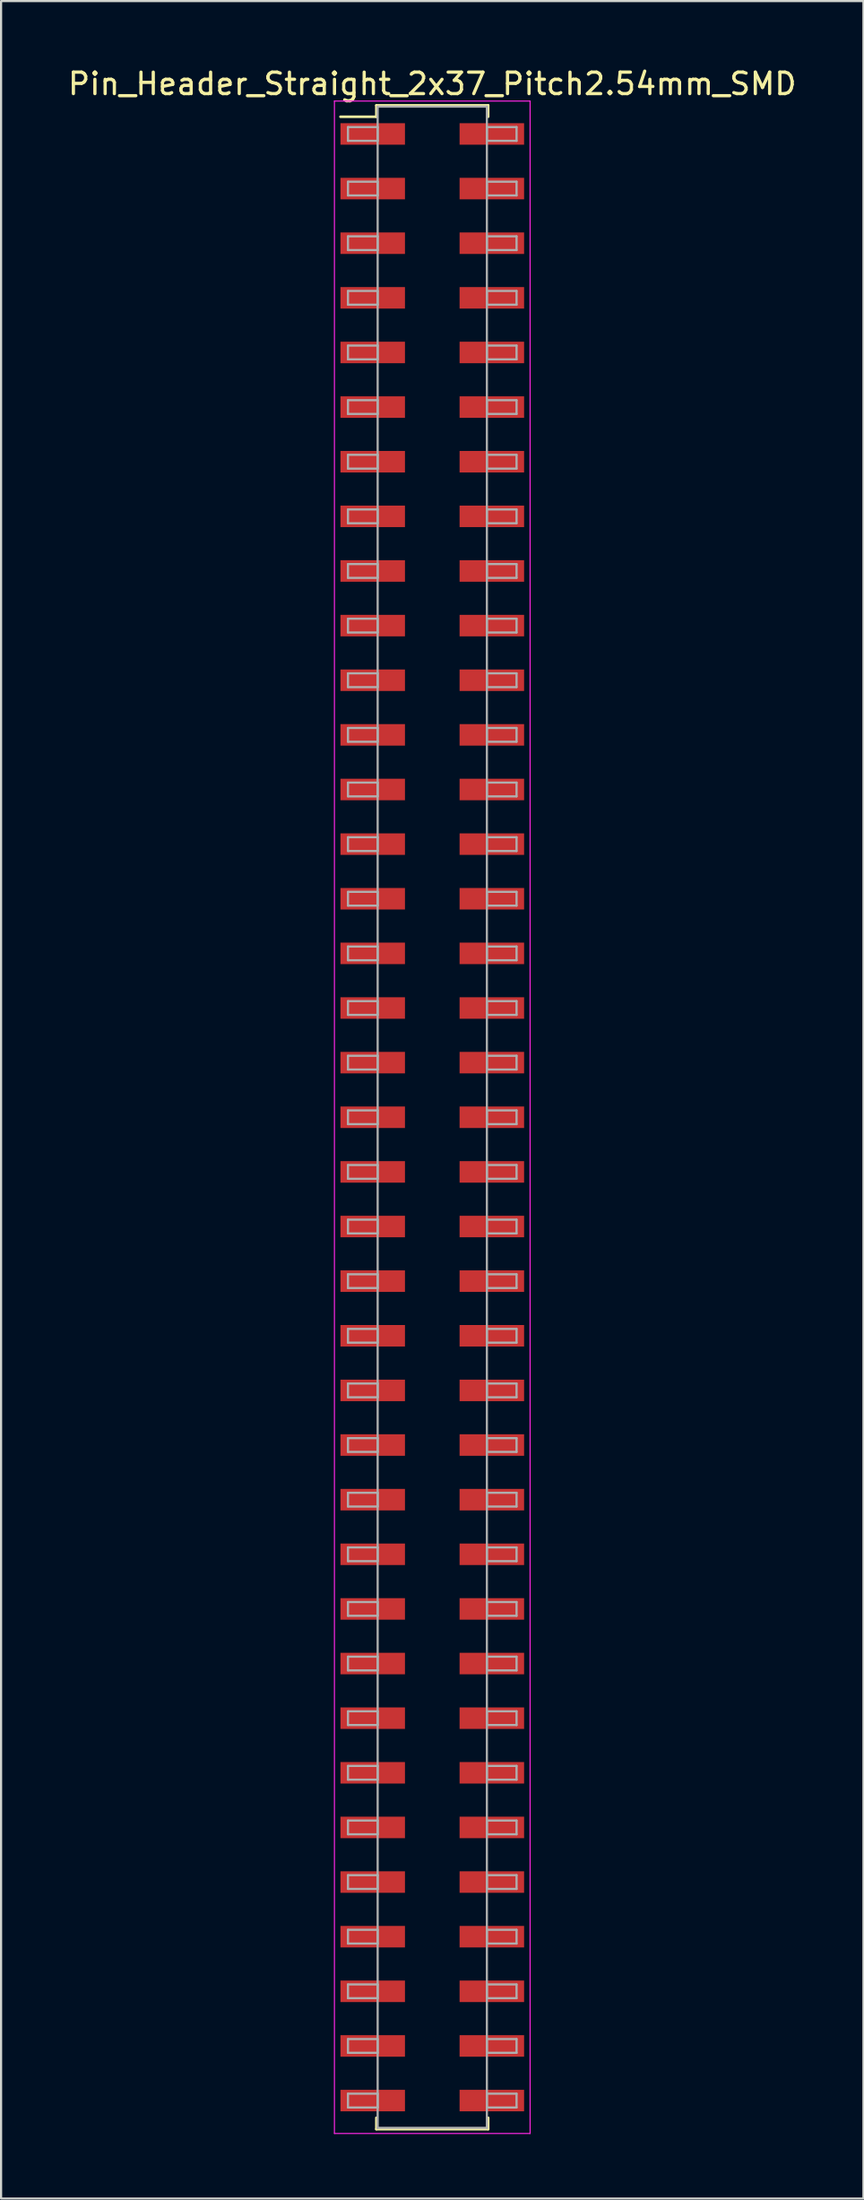
<source format=kicad_pcb>
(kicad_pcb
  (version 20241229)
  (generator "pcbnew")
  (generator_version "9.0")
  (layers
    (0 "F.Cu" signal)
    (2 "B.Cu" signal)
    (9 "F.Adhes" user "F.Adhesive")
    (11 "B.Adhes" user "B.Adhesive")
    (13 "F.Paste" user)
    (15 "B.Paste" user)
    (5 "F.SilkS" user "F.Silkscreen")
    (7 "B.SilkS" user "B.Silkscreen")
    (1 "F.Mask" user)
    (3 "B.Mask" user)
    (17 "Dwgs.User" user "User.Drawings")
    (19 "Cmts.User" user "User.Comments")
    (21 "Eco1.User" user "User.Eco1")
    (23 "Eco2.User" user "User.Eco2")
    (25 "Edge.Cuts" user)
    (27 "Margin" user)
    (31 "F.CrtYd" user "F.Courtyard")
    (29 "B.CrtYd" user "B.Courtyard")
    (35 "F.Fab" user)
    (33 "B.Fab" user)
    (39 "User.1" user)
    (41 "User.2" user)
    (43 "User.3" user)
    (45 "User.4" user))
  (footprint "Pin_Header_Straight_2x37_Pitch2.54mm_SMD"
    (layer "F.Cu")
    (at 17.054 48.898)
    (property "Reference" "Pin_Header_Straight_2x37_Pitch2.54mm_SMD" (at 0 -48.05 0) (layer "F.SilkS") (effects (font (size 1 1) (thickness 0.15))))
    (attr smd)
    (fp_line (start -4.27 -46.52) (end -2.6 -46.52) (stroke (width 0.12) (type solid)) (layer "F.SilkS"))
    (fp_line (start -2.6 -47.05) (end 2.6 -47.05) (stroke (width 0.12) (type solid)) (layer "F.SilkS"))
    (fp_line (start -2.6 -46.52) (end -2.6 -47.05) (stroke (width 0.12) (type solid)) (layer "F.SilkS"))
    (fp_line (start -2.6 46.52) (end -2.6 47.05) (stroke (width 0.12) (type solid)) (layer "F.SilkS"))
    (fp_line (start -2.6 47.05) (end 2.6 47.05) (stroke (width 0.12) (type solid)) (layer "F.SilkS"))
    (fp_line (start 2.6 -47.05) (end 2.6 -46.52) (stroke (width 0.12) (type solid)) (layer "F.SilkS"))
    (fp_line (start 2.6 47.05) (end 2.6 46.52) (stroke (width 0.12) (type solid)) (layer "F.SilkS"))
    (fp_line (start -4.55 -47.25) (end -4.55 47.25) (stroke (width 0.05) (type solid)) (layer "F.CrtYd"))
    (fp_line (start -4.55 47.25) (end 4.55 47.25) (stroke (width 0.05) (type solid)) (layer "F.CrtYd"))
    (fp_line (start 4.55 -47.25) (end -4.55 -47.25) (stroke (width 0.05) (type solid)) (layer "F.CrtYd"))
    (fp_line (start 4.55 47.25) (end 4.55 -47.25) (stroke (width 0.05) (type solid)) (layer "F.CrtYd"))
    (fp_line (start -3.92 -46.04) (end -2.54 -46.04) (stroke (width 0.1) (type solid)) (layer "F.Fab"))
    (fp_line (start -3.92 -45.4) (end -3.92 -46.04) (stroke (width 0.1) (type solid)) (layer "F.Fab"))
    (fp_line (start -3.92 -43.5) (end -2.54 -43.5) (stroke (width 0.1) (type solid)) (layer "F.Fab"))
    (fp_line (start -3.92 -42.86) (end -3.92 -43.5) (stroke (width 0.1) (type solid)) (layer "F.Fab"))
    (fp_line (start -3.92 -40.96) (end -2.54 -40.96) (stroke (width 0.1) (type solid)) (layer "F.Fab"))
    (fp_line (start -3.92 -40.32) (end -3.92 -40.96) (stroke (width 0.1) (type solid)) (layer "F.Fab"))
    (fp_line (start -3.92 -38.42) (end -2.54 -38.42) (stroke (width 0.1) (type solid)) (layer "F.Fab"))
    (fp_line (start -3.92 -37.78) (end -3.92 -38.42) (stroke (width 0.1) (type solid)) (layer "F.Fab"))
    (fp_line (start -3.92 -35.88) (end -2.54 -35.88) (stroke (width 0.1) (type solid)) (layer "F.Fab"))
    (fp_line (start -3.92 -35.24) (end -3.92 -35.88) (stroke (width 0.1) (type solid)) (layer "F.Fab"))
    (fp_line (start -3.92 -33.34) (end -2.54 -33.34) (stroke (width 0.1) (type solid)) (layer "F.Fab"))
    (fp_line (start -3.92 -32.7) (end -3.92 -33.34) (stroke (width 0.1) (type solid)) (layer "F.Fab"))
    (fp_line (start -3.92 -30.8) (end -2.54 -30.8) (stroke (width 0.1) (type solid)) (layer "F.Fab"))
    (fp_line (start -3.92 -30.16) (end -3.92 -30.8) (stroke (width 0.1) (type solid)) (layer "F.Fab"))
    (fp_line (start -3.92 -28.26) (end -2.54 -28.26) (stroke (width 0.1) (type solid)) (layer "F.Fab"))
    (fp_line (start -3.92 -27.62) (end -3.92 -28.26) (stroke (width 0.1) (type solid)) (layer "F.Fab"))
    (fp_line (start -3.92 -25.72) (end -2.54 -25.72) (stroke (width 0.1) (type solid)) (layer "F.Fab"))
    (fp_line (start -3.92 -25.08) (end -3.92 -25.72) (stroke (width 0.1) (type solid)) (layer "F.Fab"))
    (fp_line (start -3.92 -23.18) (end -2.54 -23.18) (stroke (width 0.1) (type solid)) (layer "F.Fab"))
    (fp_line (start -3.92 -22.54) (end -3.92 -23.18) (stroke (width 0.1) (type solid)) (layer "F.Fab"))
    (fp_line (start -3.92 -20.64) (end -2.54 -20.64) (stroke (width 0.1) (type solid)) (layer "F.Fab"))
    (fp_line (start -3.92 -20) (end -3.92 -20.64) (stroke (width 0.1) (type solid)) (layer "F.Fab"))
    (fp_line (start -3.92 -18.1) (end -2.54 -18.1) (stroke (width 0.1) (type solid)) (layer "F.Fab"))
    (fp_line (start -3.92 -17.46) (end -3.92 -18.1) (stroke (width 0.1) (type solid)) (layer "F.Fab"))
    (fp_line (start -3.92 -15.56) (end -2.54 -15.56) (stroke (width 0.1) (type solid)) (layer "F.Fab"))
    (fp_line (start -3.92 -14.92) (end -3.92 -15.56) (stroke (width 0.1) (type solid)) (layer "F.Fab"))
    (fp_line (start -3.92 -13.02) (end -2.54 -13.02) (stroke (width 0.1) (type solid)) (layer "F.Fab"))
    (fp_line (start -3.92 -12.38) (end -3.92 -13.02) (stroke (width 0.1) (type solid)) (layer "F.Fab"))
    (fp_line (start -3.92 -10.48) (end -2.54 -10.48) (stroke (width 0.1) (type solid)) (layer "F.Fab"))
    (fp_line (start -3.92 -9.84) (end -3.92 -10.48) (stroke (width 0.1) (type solid)) (layer "F.Fab"))
    (fp_line (start -3.92 -7.94) (end -2.54 -7.94) (stroke (width 0.1) (type solid)) (layer "F.Fab"))
    (fp_line (start -3.92 -7.3) (end -3.92 -7.94) (stroke (width 0.1) (type solid)) (layer "F.Fab"))
    (fp_line (start -3.92 -5.4) (end -2.54 -5.4) (stroke (width 0.1) (type solid)) (layer "F.Fab"))
    (fp_line (start -3.92 -4.76) (end -3.92 -5.4) (stroke (width 0.1) (type solid)) (layer "F.Fab"))
    (fp_line (start -3.92 -2.86) (end -2.54 -2.86) (stroke (width 0.1) (type solid)) (layer "F.Fab"))
    (fp_line (start -3.92 -2.22) (end -3.92 -2.86) (stroke (width 0.1) (type solid)) (layer "F.Fab"))
    (fp_line (start -3.92 -0.32) (end -2.54 -0.32) (stroke (width 0.1) (type solid)) (layer "F.Fab"))
    (fp_line (start -3.92 0.32) (end -3.92 -0.32) (stroke (width 0.1) (type solid)) (layer "F.Fab"))
    (fp_line (start -3.92 2.22) (end -2.54 2.22) (stroke (width 0.1) (type solid)) (layer "F.Fab"))
    (fp_line (start -3.92 2.86) (end -3.92 2.22) (stroke (width 0.1) (type solid)) (layer "F.Fab"))
    (fp_line (start -3.92 4.76) (end -2.54 4.76) (stroke (width 0.1) (type solid)) (layer "F.Fab"))
    (fp_line (start -3.92 5.4) (end -3.92 4.76) (stroke (width 0.1) (type solid)) (layer "F.Fab"))
    (fp_line (start -3.92 7.3) (end -2.54 7.3) (stroke (width 0.1) (type solid)) (layer "F.Fab"))
    (fp_line (start -3.92 7.94) (end -3.92 7.3) (stroke (width 0.1) (type solid)) (layer "F.Fab"))
    (fp_line (start -3.92 9.84) (end -2.54 9.84) (stroke (width 0.1) (type solid)) (layer "F.Fab"))
    (fp_line (start -3.92 10.48) (end -3.92 9.84) (stroke (width 0.1) (type solid)) (layer "F.Fab"))
    (fp_line (start -3.92 12.38) (end -2.54 12.38) (stroke (width 0.1) (type solid)) (layer "F.Fab"))
    (fp_line (start -3.92 13.02) (end -3.92 12.38) (stroke (width 0.1) (type solid)) (layer "F.Fab"))
    (fp_line (start -3.92 14.92) (end -2.54 14.92) (stroke (width 0.1) (type solid)) (layer "F.Fab"))
    (fp_line (start -3.92 15.56) (end -3.92 14.92) (stroke (width 0.1) (type solid)) (layer "F.Fab"))
    (fp_line (start -3.92 17.46) (end -2.54 17.46) (stroke (width 0.1) (type solid)) (layer "F.Fab"))
    (fp_line (start -3.92 18.1) (end -3.92 17.46) (stroke (width 0.1) (type solid)) (layer "F.Fab"))
    (fp_line (start -3.92 20) (end -2.54 20) (stroke (width 0.1) (type solid)) (layer "F.Fab"))
    (fp_line (start -3.92 20.64) (end -3.92 20) (stroke (width 0.1) (type solid)) (layer "F.Fab"))
    (fp_line (start -3.92 22.54) (end -2.54 22.54) (stroke (width 0.1) (type solid)) (layer "F.Fab"))
    (fp_line (start -3.92 23.18) (end -3.92 22.54) (stroke (width 0.1) (type solid)) (layer "F.Fab"))
    (fp_line (start -3.92 25.08) (end -2.54 25.08) (stroke (width 0.1) (type solid)) (layer "F.Fab"))
    (fp_line (start -3.92 25.72) (end -3.92 25.08) (stroke (width 0.1) (type solid)) (layer "F.Fab"))
    (fp_line (start -3.92 27.62) (end -2.54 27.62) (stroke (width 0.1) (type solid)) (layer "F.Fab"))
    (fp_line (start -3.92 28.26) (end -3.92 27.62) (stroke (width 0.1) (type solid)) (layer "F.Fab"))
    (fp_line (start -3.92 30.16) (end -2.54 30.16) (stroke (width 0.1) (type solid)) (layer "F.Fab"))
    (fp_line (start -3.92 30.8) (end -3.92 30.16) (stroke (width 0.1) (type solid)) (layer "F.Fab"))
    (fp_line (start -3.92 32.7) (end -2.54 32.7) (stroke (width 0.1) (type solid)) (layer "F.Fab"))
    (fp_line (start -3.92 33.34) (end -3.92 32.7) (stroke (width 0.1) (type solid)) (layer "F.Fab"))
    (fp_line (start -3.92 35.24) (end -2.54 35.24) (stroke (width 0.1) (type solid)) (layer "F.Fab"))
    (fp_line (start -3.92 35.88) (end -3.92 35.24) (stroke (width 0.1) (type solid)) (layer "F.Fab"))
    (fp_line (start -3.92 37.78) (end -2.54 37.78) (stroke (width 0.1) (type solid)) (layer "F.Fab"))
    (fp_line (start -3.92 38.42) (end -3.92 37.78) (stroke (width 0.1) (type solid)) (layer "F.Fab"))
    (fp_line (start -3.92 40.32) (end -2.54 40.32) (stroke (width 0.1) (type solid)) (layer "F.Fab"))
    (fp_line (start -3.92 40.96) (end -3.92 40.32) (stroke (width 0.1) (type solid)) (layer "F.Fab"))
    (fp_line (start -3.92 42.86) (end -2.54 42.86) (stroke (width 0.1) (type solid)) (layer "F.Fab"))
    (fp_line (start -3.92 43.5) (end -3.92 42.86) (stroke (width 0.1) (type solid)) (layer "F.Fab"))
    (fp_line (start -3.92 45.4) (end -2.54 45.4) (stroke (width 0.1) (type solid)) (layer "F.Fab"))
    (fp_line (start -3.92 46.04) (end -3.92 45.4) (stroke (width 0.1) (type solid)) (layer "F.Fab"))
    (fp_line (start -2.54 -46.99) (end -2.54 46.99) (stroke (width 0.1) (type solid)) (layer "F.Fab"))
    (fp_line (start -2.54 -46.04) (end -2.54 -45.4) (stroke (width 0.1) (type solid)) (layer "F.Fab"))
    (fp_line (start -2.54 -45.4) (end -3.92 -45.4) (stroke (width 0.1) (type solid)) (layer "F.Fab"))
    (fp_line (start -2.54 -43.5) (end -2.54 -42.86) (stroke (width 0.1) (type solid)) (layer "F.Fab"))
    (fp_line (start -2.54 -42.86) (end -3.92 -42.86) (stroke (width 0.1) (type solid)) (layer "F.Fab"))
    (fp_line (start -2.54 -40.96) (end -2.54 -40.32) (stroke (width 0.1) (type solid)) (layer "F.Fab"))
    (fp_line (start -2.54 -40.32) (end -3.92 -40.32) (stroke (width 0.1) (type solid)) (layer "F.Fab"))
    (fp_line (start -2.54 -38.42) (end -2.54 -37.78) (stroke (width 0.1) (type solid)) (layer "F.Fab"))
    (fp_line (start -2.54 -37.78) (end -3.92 -37.78) (stroke (width 0.1) (type solid)) (layer "F.Fab"))
    (fp_line (start -2.54 -35.88) (end -2.54 -35.24) (stroke (width 0.1) (type solid)) (layer "F.Fab"))
    (fp_line (start -2.54 -35.24) (end -3.92 -35.24) (stroke (width 0.1) (type solid)) (layer "F.Fab"))
    (fp_line (start -2.54 -33.34) (end -2.54 -32.7) (stroke (width 0.1) (type solid)) (layer "F.Fab"))
    (fp_line (start -2.54 -32.7) (end -3.92 -32.7) (stroke (width 0.1) (type solid)) (layer "F.Fab"))
    (fp_line (start -2.54 -30.8) (end -2.54 -30.16) (stroke (width 0.1) (type solid)) (layer "F.Fab"))
    (fp_line (start -2.54 -30.16) (end -3.92 -30.16) (stroke (width 0.1) (type solid)) (layer "F.Fab"))
    (fp_line (start -2.54 -28.26) (end -2.54 -27.62) (stroke (width 0.1) (type solid)) (layer "F.Fab"))
    (fp_line (start -2.54 -27.62) (end -3.92 -27.62) (stroke (width 0.1) (type solid)) (layer "F.Fab"))
    (fp_line (start -2.54 -25.72) (end -2.54 -25.08) (stroke (width 0.1) (type solid)) (layer "F.Fab"))
    (fp_line (start -2.54 -25.08) (end -3.92 -25.08) (stroke (width 0.1) (type solid)) (layer "F.Fab"))
    (fp_line (start -2.54 -23.18) (end -2.54 -22.54) (stroke (width 0.1) (type solid)) (layer "F.Fab"))
    (fp_line (start -2.54 -22.54) (end -3.92 -22.54) (stroke (width 0.1) (type solid)) (layer "F.Fab"))
    (fp_line (start -2.54 -20.64) (end -2.54 -20) (stroke (width 0.1) (type solid)) (layer "F.Fab"))
    (fp_line (start -2.54 -20) (end -3.92 -20) (stroke (width 0.1) (type solid)) (layer "F.Fab"))
    (fp_line (start -2.54 -18.1) (end -2.54 -17.46) (stroke (width 0.1) (type solid)) (layer "F.Fab"))
    (fp_line (start -2.54 -17.46) (end -3.92 -17.46) (stroke (width 0.1) (type solid)) (layer "F.Fab"))
    (fp_line (start -2.54 -15.56) (end -2.54 -14.92) (stroke (width 0.1) (type solid)) (layer "F.Fab"))
    (fp_line (start -2.54 -14.92) (end -3.92 -14.92) (stroke (width 0.1) (type solid)) (layer "F.Fab"))
    (fp_line (start -2.54 -13.02) (end -2.54 -12.38) (stroke (width 0.1) (type solid)) (layer "F.Fab"))
    (fp_line (start -2.54 -12.38) (end -3.92 -12.38) (stroke (width 0.1) (type solid)) (layer "F.Fab"))
    (fp_line (start -2.54 -10.48) (end -2.54 -9.84) (stroke (width 0.1) (type solid)) (layer "F.Fab"))
    (fp_line (start -2.54 -9.84) (end -3.92 -9.84) (stroke (width 0.1) (type solid)) (layer "F.Fab"))
    (fp_line (start -2.54 -7.94) (end -2.54 -7.3) (stroke (width 0.1) (type solid)) (layer "F.Fab"))
    (fp_line (start -2.54 -7.3) (end -3.92 -7.3) (stroke (width 0.1) (type solid)) (layer "F.Fab"))
    (fp_line (start -2.54 -5.4) (end -2.54 -4.76) (stroke (width 0.1) (type solid)) (layer "F.Fab"))
    (fp_line (start -2.54 -4.76) (end -3.92 -4.76) (stroke (width 0.1) (type solid)) (layer "F.Fab"))
    (fp_line (start -2.54 -2.86) (end -2.54 -2.22) (stroke (width 0.1) (type solid)) (layer "F.Fab"))
    (fp_line (start -2.54 -2.22) (end -3.92 -2.22) (stroke (width 0.1) (type solid)) (layer "F.Fab"))
    (fp_line (start -2.54 -0.32) (end -2.54 0.32) (stroke (width 0.1) (type solid)) (layer "F.Fab"))
    (fp_line (start -2.54 0.32) (end -3.92 0.32) (stroke (width 0.1) (type solid)) (layer "F.Fab"))
    (fp_line (start -2.54 2.22) (end -2.54 2.86) (stroke (width 0.1) (type solid)) (layer "F.Fab"))
    (fp_line (start -2.54 2.86) (end -3.92 2.86) (stroke (width 0.1) (type solid)) (layer "F.Fab"))
    (fp_line (start -2.54 4.76) (end -2.54 5.4) (stroke (width 0.1) (type solid)) (layer "F.Fab"))
    (fp_line (start -2.54 5.4) (end -3.92 5.4) (stroke (width 0.1) (type solid)) (layer "F.Fab"))
    (fp_line (start -2.54 7.3) (end -2.54 7.94) (stroke (width 0.1) (type solid)) (layer "F.Fab"))
    (fp_line (start -2.54 7.94) (end -3.92 7.94) (stroke (width 0.1) (type solid)) (layer "F.Fab"))
    (fp_line (start -2.54 9.84) (end -2.54 10.48) (stroke (width 0.1) (type solid)) (layer "F.Fab"))
    (fp_line (start -2.54 10.48) (end -3.92 10.48) (stroke (width 0.1) (type solid)) (layer "F.Fab"))
    (fp_line (start -2.54 12.38) (end -2.54 13.02) (stroke (width 0.1) (type solid)) (layer "F.Fab"))
    (fp_line (start -2.54 13.02) (end -3.92 13.02) (stroke (width 0.1) (type solid)) (layer "F.Fab"))
    (fp_line (start -2.54 14.92) (end -2.54 15.56) (stroke (width 0.1) (type solid)) (layer "F.Fab"))
    (fp_line (start -2.54 15.56) (end -3.92 15.56) (stroke (width 0.1) (type solid)) (layer "F.Fab"))
    (fp_line (start -2.54 17.46) (end -2.54 18.1) (stroke (width 0.1) (type solid)) (layer "F.Fab"))
    (fp_line (start -2.54 18.1) (end -3.92 18.1) (stroke (width 0.1) (type solid)) (layer "F.Fab"))
    (fp_line (start -2.54 20) (end -2.54 20.64) (stroke (width 0.1) (type solid)) (layer "F.Fab"))
    (fp_line (start -2.54 20.64) (end -3.92 20.64) (stroke (width 0.1) (type solid)) (layer "F.Fab"))
    (fp_line (start -2.54 22.54) (end -2.54 23.18) (stroke (width 0.1) (type solid)) (layer "F.Fab"))
    (fp_line (start -2.54 23.18) (end -3.92 23.18) (stroke (width 0.1) (type solid)) (layer "F.Fab"))
    (fp_line (start -2.54 25.08) (end -2.54 25.72) (stroke (width 0.1) (type solid)) (layer "F.Fab"))
    (fp_line (start -2.54 25.72) (end -3.92 25.72) (stroke (width 0.1) (type solid)) (layer "F.Fab"))
    (fp_line (start -2.54 27.62) (end -2.54 28.26) (stroke (width 0.1) (type solid)) (layer "F.Fab"))
    (fp_line (start -2.54 28.26) (end -3.92 28.26) (stroke (width 0.1) (type solid)) (layer "F.Fab"))
    (fp_line (start -2.54 30.16) (end -2.54 30.8) (stroke (width 0.1) (type solid)) (layer "F.Fab"))
    (fp_line (start -2.54 30.8) (end -3.92 30.8) (stroke (width 0.1) (type solid)) (layer "F.Fab"))
    (fp_line (start -2.54 32.7) (end -2.54 33.34) (stroke (width 0.1) (type solid)) (layer "F.Fab"))
    (fp_line (start -2.54 33.34) (end -3.92 33.34) (stroke (width 0.1) (type solid)) (layer "F.Fab"))
    (fp_line (start -2.54 35.24) (end -2.54 35.88) (stroke (width 0.1) (type solid)) (layer "F.Fab"))
    (fp_line (start -2.54 35.88) (end -3.92 35.88) (stroke (width 0.1) (type solid)) (layer "F.Fab"))
    (fp_line (start -2.54 37.78) (end -2.54 38.42) (stroke (width 0.1) (type solid)) (layer "F.Fab"))
    (fp_line (start -2.54 38.42) (end -3.92 38.42) (stroke (width 0.1) (type solid)) (layer "F.Fab"))
    (fp_line (start -2.54 40.32) (end -2.54 40.96) (stroke (width 0.1) (type solid)) (layer "F.Fab"))
    (fp_line (start -2.54 40.96) (end -3.92 40.96) (stroke (width 0.1) (type solid)) (layer "F.Fab"))
    (fp_line (start -2.54 42.86) (end -2.54 43.5) (stroke (width 0.1) (type solid)) (layer "F.Fab"))
    (fp_line (start -2.54 43.5) (end -3.92 43.5) (stroke (width 0.1) (type solid)) (layer "F.Fab"))
    (fp_line (start -2.54 45.4) (end -2.54 46.04) (stroke (width 0.1) (type solid)) (layer "F.Fab"))
    (fp_line (start -2.54 46.04) (end -3.92 46.04) (stroke (width 0.1) (type solid)) (layer "F.Fab"))
    (fp_line (start -2.54 46.99) (end 2.54 46.99) (stroke (width 0.1) (type solid)) (layer "F.Fab"))
    (fp_line (start 2.54 -46.99) (end -2.54 -46.99) (stroke (width 0.1) (type solid)) (layer "F.Fab"))
    (fp_line (start 2.54 -46.04) (end 2.54 -45.4) (stroke (width 0.1) (type solid)) (layer "F.Fab"))
    (fp_line (start 2.54 -45.4) (end 3.92 -45.4) (stroke (width 0.1) (type solid)) (layer "F.Fab"))
    (fp_line (start 2.54 -43.5) (end 2.54 -42.86) (stroke (width 0.1) (type solid)) (layer "F.Fab"))
    (fp_line (start 2.54 -42.86) (end 3.92 -42.86) (stroke (width 0.1) (type solid)) (layer "F.Fab"))
    (fp_line (start 2.54 -40.96) (end 2.54 -40.32) (stroke (width 0.1) (type solid)) (layer "F.Fab"))
    (fp_line (start 2.54 -40.32) (end 3.92 -40.32) (stroke (width 0.1) (type solid)) (layer "F.Fab"))
    (fp_line (start 2.54 -38.42) (end 2.54 -37.78) (stroke (width 0.1) (type solid)) (layer "F.Fab"))
    (fp_line (start 2.54 -37.78) (end 3.92 -37.78) (stroke (width 0.1) (type solid)) (layer "F.Fab"))
    (fp_line (start 2.54 -35.88) (end 2.54 -35.24) (stroke (width 0.1) (type solid)) (layer "F.Fab"))
    (fp_line (start 2.54 -35.24) (end 3.92 -35.24) (stroke (width 0.1) (type solid)) (layer "F.Fab"))
    (fp_line (start 2.54 -33.34) (end 2.54 -32.7) (stroke (width 0.1) (type solid)) (layer "F.Fab"))
    (fp_line (start 2.54 -32.7) (end 3.92 -32.7) (stroke (width 0.1) (type solid)) (layer "F.Fab"))
    (fp_line (start 2.54 -30.8) (end 2.54 -30.16) (stroke (width 0.1) (type solid)) (layer "F.Fab"))
    (fp_line (start 2.54 -30.16) (end 3.92 -30.16) (stroke (width 0.1) (type solid)) (layer "F.Fab"))
    (fp_line (start 2.54 -28.26) (end 2.54 -27.62) (stroke (width 0.1) (type solid)) (layer "F.Fab"))
    (fp_line (start 2.54 -27.62) (end 3.92 -27.62) (stroke (width 0.1) (type solid)) (layer "F.Fab"))
    (fp_line (start 2.54 -25.72) (end 2.54 -25.08) (stroke (width 0.1) (type solid)) (layer "F.Fab"))
    (fp_line (start 2.54 -25.08) (end 3.92 -25.08) (stroke (width 0.1) (type solid)) (layer "F.Fab"))
    (fp_line (start 2.54 -23.18) (end 2.54 -22.54) (stroke (width 0.1) (type solid)) (layer "F.Fab"))
    (fp_line (start 2.54 -22.54) (end 3.92 -22.54) (stroke (width 0.1) (type solid)) (layer "F.Fab"))
    (fp_line (start 2.54 -20.64) (end 2.54 -20) (stroke (width 0.1) (type solid)) (layer "F.Fab"))
    (fp_line (start 2.54 -20) (end 3.92 -20) (stroke (width 0.1) (type solid)) (layer "F.Fab"))
    (fp_line (start 2.54 -18.1) (end 2.54 -17.46) (stroke (width 0.1) (type solid)) (layer "F.Fab"))
    (fp_line (start 2.54 -17.46) (end 3.92 -17.46) (stroke (width 0.1) (type solid)) (layer "F.Fab"))
    (fp_line (start 2.54 -15.56) (end 2.54 -14.92) (stroke (width 0.1) (type solid)) (layer "F.Fab"))
    (fp_line (start 2.54 -14.92) (end 3.92 -14.92) (stroke (width 0.1) (type solid)) (layer "F.Fab"))
    (fp_line (start 2.54 -13.02) (end 2.54 -12.38) (stroke (width 0.1) (type solid)) (layer "F.Fab"))
    (fp_line (start 2.54 -12.38) (end 3.92 -12.38) (stroke (width 0.1) (type solid)) (layer "F.Fab"))
    (fp_line (start 2.54 -10.48) (end 2.54 -9.84) (stroke (width 0.1) (type solid)) (layer "F.Fab"))
    (fp_line (start 2.54 -9.84) (end 3.92 -9.84) (stroke (width 0.1) (type solid)) (layer "F.Fab"))
    (fp_line (start 2.54 -7.94) (end 2.54 -7.3) (stroke (width 0.1) (type solid)) (layer "F.Fab"))
    (fp_line (start 2.54 -7.3) (end 3.92 -7.3) (stroke (width 0.1) (type solid)) (layer "F.Fab"))
    (fp_line (start 2.54 -5.4) (end 2.54 -4.76) (stroke (width 0.1) (type solid)) (layer "F.Fab"))
    (fp_line (start 2.54 -4.76) (end 3.92 -4.76) (stroke (width 0.1) (type solid)) (layer "F.Fab"))
    (fp_line (start 2.54 -2.86) (end 2.54 -2.22) (stroke (width 0.1) (type solid)) (layer "F.Fab"))
    (fp_line (start 2.54 -2.22) (end 3.92 -2.22) (stroke (width 0.1) (type solid)) (layer "F.Fab"))
    (fp_line (start 2.54 -0.32) (end 2.54 0.32) (stroke (width 0.1) (type solid)) (layer "F.Fab"))
    (fp_line (start 2.54 0.32) (end 3.92 0.32) (stroke (width 0.1) (type solid)) (layer "F.Fab"))
    (fp_line (start 2.54 2.22) (end 2.54 2.86) (stroke (width 0.1) (type solid)) (layer "F.Fab"))
    (fp_line (start 2.54 2.86) (end 3.92 2.86) (stroke (width 0.1) (type solid)) (layer "F.Fab"))
    (fp_line (start 2.54 4.76) (end 2.54 5.4) (stroke (width 0.1) (type solid)) (layer "F.Fab"))
    (fp_line (start 2.54 5.4) (end 3.92 5.4) (stroke (width 0.1) (type solid)) (layer "F.Fab"))
    (fp_line (start 2.54 7.3) (end 2.54 7.94) (stroke (width 0.1) (type solid)) (layer "F.Fab"))
    (fp_line (start 2.54 7.94) (end 3.92 7.94) (stroke (width 0.1) (type solid)) (layer "F.Fab"))
    (fp_line (start 2.54 9.84) (end 2.54 10.48) (stroke (width 0.1) (type solid)) (layer "F.Fab"))
    (fp_line (start 2.54 10.48) (end 3.92 10.48) (stroke (width 0.1) (type solid)) (layer "F.Fab"))
    (fp_line (start 2.54 12.38) (end 2.54 13.02) (stroke (width 0.1) (type solid)) (layer "F.Fab"))
    (fp_line (start 2.54 13.02) (end 3.92 13.02) (stroke (width 0.1) (type solid)) (layer "F.Fab"))
    (fp_line (start 2.54 14.92) (end 2.54 15.56) (stroke (width 0.1) (type solid)) (layer "F.Fab"))
    (fp_line (start 2.54 15.56) (end 3.92 15.56) (stroke (width 0.1) (type solid)) (layer "F.Fab"))
    (fp_line (start 2.54 17.46) (end 2.54 18.1) (stroke (width 0.1) (type solid)) (layer "F.Fab"))
    (fp_line (start 2.54 18.1) (end 3.92 18.1) (stroke (width 0.1) (type solid)) (layer "F.Fab"))
    (fp_line (start 2.54 20) (end 2.54 20.64) (stroke (width 0.1) (type solid)) (layer "F.Fab"))
    (fp_line (start 2.54 20.64) (end 3.92 20.64) (stroke (width 0.1) (type solid)) (layer "F.Fab"))
    (fp_line (start 2.54 22.54) (end 2.54 23.18) (stroke (width 0.1) (type solid)) (layer "F.Fab"))
    (fp_line (start 2.54 23.18) (end 3.92 23.18) (stroke (width 0.1) (type solid)) (layer "F.Fab"))
    (fp_line (start 2.54 25.08) (end 2.54 25.72) (stroke (width 0.1) (type solid)) (layer "F.Fab"))
    (fp_line (start 2.54 25.72) (end 3.92 25.72) (stroke (width 0.1) (type solid)) (layer "F.Fab"))
    (fp_line (start 2.54 27.62) (end 2.54 28.26) (stroke (width 0.1) (type solid)) (layer "F.Fab"))
    (fp_line (start 2.54 28.26) (end 3.92 28.26) (stroke (width 0.1) (type solid)) (layer "F.Fab"))
    (fp_line (start 2.54 30.16) (end 2.54 30.8) (stroke (width 0.1) (type solid)) (layer "F.Fab"))
    (fp_line (start 2.54 30.8) (end 3.92 30.8) (stroke (width 0.1) (type solid)) (layer "F.Fab"))
    (fp_line (start 2.54 32.7) (end 2.54 33.34) (stroke (width 0.1) (type solid)) (layer "F.Fab"))
    (fp_line (start 2.54 33.34) (end 3.92 33.34) (stroke (width 0.1) (type solid)) (layer "F.Fab"))
    (fp_line (start 2.54 35.24) (end 2.54 35.88) (stroke (width 0.1) (type solid)) (layer "F.Fab"))
    (fp_line (start 2.54 35.88) (end 3.92 35.88) (stroke (width 0.1) (type solid)) (layer "F.Fab"))
    (fp_line (start 2.54 37.78) (end 2.54 38.42) (stroke (width 0.1) (type solid)) (layer "F.Fab"))
    (fp_line (start 2.54 38.42) (end 3.92 38.42) (stroke (width 0.1) (type solid)) (layer "F.Fab"))
    (fp_line (start 2.54 40.32) (end 2.54 40.96) (stroke (width 0.1) (type solid)) (layer "F.Fab"))
    (fp_line (start 2.54 40.96) (end 3.92 40.96) (stroke (width 0.1) (type solid)) (layer "F.Fab"))
    (fp_line (start 2.54 42.86) (end 2.54 43.5) (stroke (width 0.1) (type solid)) (layer "F.Fab"))
    (fp_line (start 2.54 43.5) (end 3.92 43.5) (stroke (width 0.1) (type solid)) (layer "F.Fab"))
    (fp_line (start 2.54 45.4) (end 2.54 46.04) (stroke (width 0.1) (type solid)) (layer "F.Fab"))
    (fp_line (start 2.54 46.04) (end 3.92 46.04) (stroke (width 0.1) (type solid)) (layer "F.Fab"))
    (fp_line (start 2.54 46.99) (end 2.54 -46.99) (stroke (width 0.1) (type solid)) (layer "F.Fab"))
    (fp_line (start 3.92 -46.04) (end 2.54 -46.04) (stroke (width 0.1) (type solid)) (layer "F.Fab"))
    (fp_line (start 3.92 -45.4) (end 3.92 -46.04) (stroke (width 0.1) (type solid)) (layer "F.Fab"))
    (fp_line (start 3.92 -43.5) (end 2.54 -43.5) (stroke (width 0.1) (type solid)) (layer "F.Fab"))
    (fp_line (start 3.92 -42.86) (end 3.92 -43.5) (stroke (width 0.1) (type solid)) (layer "F.Fab"))
    (fp_line (start 3.92 -40.96) (end 2.54 -40.96) (stroke (width 0.1) (type solid)) (layer "F.Fab"))
    (fp_line (start 3.92 -40.32) (end 3.92 -40.96) (stroke (width 0.1) (type solid)) (layer "F.Fab"))
    (fp_line (start 3.92 -38.42) (end 2.54 -38.42) (stroke (width 0.1) (type solid)) (layer "F.Fab"))
    (fp_line (start 3.92 -37.78) (end 3.92 -38.42) (stroke (width 0.1) (type solid)) (layer "F.Fab"))
    (fp_line (start 3.92 -35.88) (end 2.54 -35.88) (stroke (width 0.1) (type solid)) (layer "F.Fab"))
    (fp_line (start 3.92 -35.24) (end 3.92 -35.88) (stroke (width 0.1) (type solid)) (layer "F.Fab"))
    (fp_line (start 3.92 -33.34) (end 2.54 -33.34) (stroke (width 0.1) (type solid)) (layer "F.Fab"))
    (fp_line (start 3.92 -32.7) (end 3.92 -33.34) (stroke (width 0.1) (type solid)) (layer "F.Fab"))
    (fp_line (start 3.92 -30.8) (end 2.54 -30.8) (stroke (width 0.1) (type solid)) (layer "F.Fab"))
    (fp_line (start 3.92 -30.16) (end 3.92 -30.8) (stroke (width 0.1) (type solid)) (layer "F.Fab"))
    (fp_line (start 3.92 -28.26) (end 2.54 -28.26) (stroke (width 0.1) (type solid)) (layer "F.Fab"))
    (fp_line (start 3.92 -27.62) (end 3.92 -28.26) (stroke (width 0.1) (type solid)) (layer "F.Fab"))
    (fp_line (start 3.92 -25.72) (end 2.54 -25.72) (stroke (width 0.1) (type solid)) (layer "F.Fab"))
    (fp_line (start 3.92 -25.08) (end 3.92 -25.72) (stroke (width 0.1) (type solid)) (layer "F.Fab"))
    (fp_line (start 3.92 -23.18) (end 2.54 -23.18) (stroke (width 0.1) (type solid)) (layer "F.Fab"))
    (fp_line (start 3.92 -22.54) (end 3.92 -23.18) (stroke (width 0.1) (type solid)) (layer "F.Fab"))
    (fp_line (start 3.92 -20.64) (end 2.54 -20.64) (stroke (width 0.1) (type solid)) (layer "F.Fab"))
    (fp_line (start 3.92 -20) (end 3.92 -20.64) (stroke (width 0.1) (type solid)) (layer "F.Fab"))
    (fp_line (start 3.92 -18.1) (end 2.54 -18.1) (stroke (width 0.1) (type solid)) (layer "F.Fab"))
    (fp_line (start 3.92 -17.46) (end 3.92 -18.1) (stroke (width 0.1) (type solid)) (layer "F.Fab"))
    (fp_line (start 3.92 -15.56) (end 2.54 -15.56) (stroke (width 0.1) (type solid)) (layer "F.Fab"))
    (fp_line (start 3.92 -14.92) (end 3.92 -15.56) (stroke (width 0.1) (type solid)) (layer "F.Fab"))
    (fp_line (start 3.92 -13.02) (end 2.54 -13.02) (stroke (width 0.1) (type solid)) (layer "F.Fab"))
    (fp_line (start 3.92 -12.38) (end 3.92 -13.02) (stroke (width 0.1) (type solid)) (layer "F.Fab"))
    (fp_line (start 3.92 -10.48) (end 2.54 -10.48) (stroke (width 0.1) (type solid)) (layer "F.Fab"))
    (fp_line (start 3.92 -9.84) (end 3.92 -10.48) (stroke (width 0.1) (type solid)) (layer "F.Fab"))
    (fp_line (start 3.92 -7.94) (end 2.54 -7.94) (stroke (width 0.1) (type solid)) (layer "F.Fab"))
    (fp_line (start 3.92 -7.3) (end 3.92 -7.94) (stroke (width 0.1) (type solid)) (layer "F.Fab"))
    (fp_line (start 3.92 -5.4) (end 2.54 -5.4) (stroke (width 0.1) (type solid)) (layer "F.Fab"))
    (fp_line (start 3.92 -4.76) (end 3.92 -5.4) (stroke (width 0.1) (type solid)) (layer "F.Fab"))
    (fp_line (start 3.92 -2.86) (end 2.54 -2.86) (stroke (width 0.1) (type solid)) (layer "F.Fab"))
    (fp_line (start 3.92 -2.22) (end 3.92 -2.86) (stroke (width 0.1) (type solid)) (layer "F.Fab"))
    (fp_line (start 3.92 -0.32) (end 2.54 -0.32) (stroke (width 0.1) (type solid)) (layer "F.Fab"))
    (fp_line (start 3.92 0.32) (end 3.92 -0.32) (stroke (width 0.1) (type solid)) (layer "F.Fab"))
    (fp_line (start 3.92 2.22) (end 2.54 2.22) (stroke (width 0.1) (type solid)) (layer "F.Fab"))
    (fp_line (start 3.92 2.86) (end 3.92 2.22) (stroke (width 0.1) (type solid)) (layer "F.Fab"))
    (fp_line (start 3.92 4.76) (end 2.54 4.76) (stroke (width 0.1) (type solid)) (layer "F.Fab"))
    (fp_line (start 3.92 5.4) (end 3.92 4.76) (stroke (width 0.1) (type solid)) (layer "F.Fab"))
    (fp_line (start 3.92 7.3) (end 2.54 7.3) (stroke (width 0.1) (type solid)) (layer "F.Fab"))
    (fp_line (start 3.92 7.94) (end 3.92 7.3) (stroke (width 0.1) (type solid)) (layer "F.Fab"))
    (fp_line (start 3.92 9.84) (end 2.54 9.84) (stroke (width 0.1) (type solid)) (layer "F.Fab"))
    (fp_line (start 3.92 10.48) (end 3.92 9.84) (stroke (width 0.1) (type solid)) (layer "F.Fab"))
    (fp_line (start 3.92 12.38) (end 2.54 12.38) (stroke (width 0.1) (type solid)) (layer "F.Fab"))
    (fp_line (start 3.92 13.02) (end 3.92 12.38) (stroke (width 0.1) (type solid)) (layer "F.Fab"))
    (fp_line (start 3.92 14.92) (end 2.54 14.92) (stroke (width 0.1) (type solid)) (layer "F.Fab"))
    (fp_line (start 3.92 15.56) (end 3.92 14.92) (stroke (width 0.1) (type solid)) (layer "F.Fab"))
    (fp_line (start 3.92 17.46) (end 2.54 17.46) (stroke (width 0.1) (type solid)) (layer "F.Fab"))
    (fp_line (start 3.92 18.1) (end 3.92 17.46) (stroke (width 0.1) (type solid)) (layer "F.Fab"))
    (fp_line (start 3.92 20) (end 2.54 20) (stroke (width 0.1) (type solid)) (layer "F.Fab"))
    (fp_line (start 3.92 20.64) (end 3.92 20) (stroke (width 0.1) (type solid)) (layer "F.Fab"))
    (fp_line (start 3.92 22.54) (end 2.54 22.54) (stroke (width 0.1) (type solid)) (layer "F.Fab"))
    (fp_line (start 3.92 23.18) (end 3.92 22.54) (stroke (width 0.1) (type solid)) (layer "F.Fab"))
    (fp_line (start 3.92 25.08) (end 2.54 25.08) (stroke (width 0.1) (type solid)) (layer "F.Fab"))
    (fp_line (start 3.92 25.72) (end 3.92 25.08) (stroke (width 0.1) (type solid)) (layer "F.Fab"))
    (fp_line (start 3.92 27.62) (end 2.54 27.62) (stroke (width 0.1) (type solid)) (layer "F.Fab"))
    (fp_line (start 3.92 28.26) (end 3.92 27.62) (stroke (width 0.1) (type solid)) (layer "F.Fab"))
    (fp_line (start 3.92 30.16) (end 2.54 30.16) (stroke (width 0.1) (type solid)) (layer "F.Fab"))
    (fp_line (start 3.92 30.8) (end 3.92 30.16) (stroke (width 0.1) (type solid)) (layer "F.Fab"))
    (fp_line (start 3.92 32.7) (end 2.54 32.7) (stroke (width 0.1) (type solid)) (layer "F.Fab"))
    (fp_line (start 3.92 33.34) (end 3.92 32.7) (stroke (width 0.1) (type solid)) (layer "F.Fab"))
    (fp_line (start 3.92 35.24) (end 2.54 35.24) (stroke (width 0.1) (type solid)) (layer "F.Fab"))
    (fp_line (start 3.92 35.88) (end 3.92 35.24) (stroke (width 0.1) (type solid)) (layer "F.Fab"))
    (fp_line (start 3.92 37.78) (end 2.54 37.78) (stroke (width 0.1) (type solid)) (layer "F.Fab"))
    (fp_line (start 3.92 38.42) (end 3.92 37.78) (stroke (width 0.1) (type solid)) (layer "F.Fab"))
    (fp_line (start 3.92 40.32) (end 2.54 40.32) (stroke (width 0.1) (type solid)) (layer "F.Fab"))
    (fp_line (start 3.92 40.96) (end 3.92 40.32) (stroke (width 0.1) (type solid)) (layer "F.Fab"))
    (fp_line (start 3.92 42.86) (end 2.54 42.86) (stroke (width 0.1) (type solid)) (layer "F.Fab"))
    (fp_line (start 3.92 43.5) (end 3.92 42.86) (stroke (width 0.1) (type solid)) (layer "F.Fab"))
    (fp_line (start 3.92 45.4) (end 2.54 45.4) (stroke (width 0.1) (type solid)) (layer "F.Fab"))
    (fp_line (start 3.92 46.04) (end 3.92 45.4) (stroke (width 0.1) (type solid)) (layer "F.Fab"))
    (pad "1" smd rect (at -2.77 -45.72) (size 3 1) (layers "F.Cu" "F.Mask"))
    (pad "2" smd rect (at 2.77 -45.72) (size 3 1) (layers "F.Cu" "F.Mask"))
    (pad "3" smd rect (at -2.77 -43.18) (size 3 1) (layers "F.Cu" "F.Mask"))
    (pad "4" smd rect (at 2.77 -43.18) (size 3 1) (layers "F.Cu" "F.Mask"))
    (pad "5" smd rect (at -2.77 -40.64) (size 3 1) (layers "F.Cu" "F.Mask"))
    (pad "6" smd rect (at 2.77 -40.64) (size 3 1) (layers "F.Cu" "F.Mask"))
    (pad "7" smd rect (at -2.77 -38.1) (size 3 1) (layers "F.Cu" "F.Mask"))
    (pad "8" smd rect (at 2.77 -38.1) (size 3 1) (layers "F.Cu" "F.Mask"))
    (pad "9" smd rect (at -2.77 -35.56) (size 3 1) (layers "F.Cu" "F.Mask"))
    (pad "10" smd rect (at 2.77 -35.56) (size 3 1) (layers "F.Cu" "F.Mask"))
    (pad "11" smd rect (at -2.77 -33.02) (size 3 1) (layers "F.Cu" "F.Mask"))
    (pad "12" smd rect (at 2.77 -33.02) (size 3 1) (layers "F.Cu" "F.Mask"))
    (pad "13" smd rect (at -2.77 -30.48) (size 3 1) (layers "F.Cu" "F.Mask"))
    (pad "14" smd rect (at 2.77 -30.48) (size 3 1) (layers "F.Cu" "F.Mask"))
    (pad "15" smd rect (at -2.77 -27.94) (size 3 1) (layers "F.Cu" "F.Mask"))
    (pad "16" smd rect (at 2.77 -27.94) (size 3 1) (layers "F.Cu" "F.Mask"))
    (pad "17" smd rect (at -2.77 -25.4) (size 3 1) (layers "F.Cu" "F.Mask"))
    (pad "18" smd rect (at 2.77 -25.4) (size 3 1) (layers "F.Cu" "F.Mask"))
    (pad "19" smd rect (at -2.77 -22.86) (size 3 1) (layers "F.Cu" "F.Mask"))
    (pad "20" smd rect (at 2.77 -22.86) (size 3 1) (layers "F.Cu" "F.Mask"))
    (pad "21" smd rect (at -2.77 -20.32) (size 3 1) (layers "F.Cu" "F.Mask"))
    (pad "22" smd rect (at 2.77 -20.32) (size 3 1) (layers "F.Cu" "F.Mask"))
    (pad "23" smd rect (at -2.77 -17.78) (size 3 1) (layers "F.Cu" "F.Mask"))
    (pad "24" smd rect (at 2.77 -17.78) (size 3 1) (layers "F.Cu" "F.Mask"))
    (pad "25" smd rect (at -2.77 -15.24) (size 3 1) (layers "F.Cu" "F.Mask"))
    (pad "26" smd rect (at 2.77 -15.24) (size 3 1) (layers "F.Cu" "F.Mask"))
    (pad "27" smd rect (at -2.77 -12.7) (size 3 1) (layers "F.Cu" "F.Mask"))
    (pad "28" smd rect (at 2.77 -12.7) (size 3 1) (layers "F.Cu" "F.Mask"))
    (pad "29" smd rect (at -2.77 -10.16) (size 3 1) (layers "F.Cu" "F.Mask"))
    (pad "30" smd rect (at 2.77 -10.16) (size 3 1) (layers "F.Cu" "F.Mask"))
    (pad "31" smd rect (at -2.77 -7.62) (size 3 1) (layers "F.Cu" "F.Mask"))
    (pad "32" smd rect (at 2.77 -7.62) (size 3 1) (layers "F.Cu" "F.Mask"))
    (pad "33" smd rect (at -2.77 -5.08) (size 3 1) (layers "F.Cu" "F.Mask"))
    (pad "34" smd rect (at 2.77 -5.08) (size 3 1) (layers "F.Cu" "F.Mask"))
    (pad "35" smd rect (at -2.77 -2.54) (size 3 1) (layers "F.Cu" "F.Mask"))
    (pad "36" smd rect (at 2.77 -2.54) (size 3 1) (layers "F.Cu" "F.Mask"))
    (pad "37" smd rect (at -2.77 0) (size 3 1) (layers "F.Cu" "F.Mask"))
    (pad "38" smd rect (at 2.77 0) (size 3 1) (layers "F.Cu" "F.Mask"))
    (pad "39" smd rect (at -2.77 2.54) (size 3 1) (layers "F.Cu" "F.Mask"))
    (pad "40" smd rect (at 2.77 2.54) (size 3 1) (layers "F.Cu" "F.Mask"))
    (pad "41" smd rect (at -2.77 5.08) (size 3 1) (layers "F.Cu" "F.Mask"))
    (pad "42" smd rect (at 2.77 5.08) (size 3 1) (layers "F.Cu" "F.Mask"))
    (pad "43" smd rect (at -2.77 7.62) (size 3 1) (layers "F.Cu" "F.Mask"))
    (pad "44" smd rect (at 2.77 7.62) (size 3 1) (layers "F.Cu" "F.Mask"))
    (pad "45" smd rect (at -2.77 10.16) (size 3 1) (layers "F.Cu" "F.Mask"))
    (pad "46" smd rect (at 2.77 10.16) (size 3 1) (layers "F.Cu" "F.Mask"))
    (pad "47" smd rect (at -2.77 12.7) (size 3 1) (layers "F.Cu" "F.Mask"))
    (pad "48" smd rect (at 2.77 12.7) (size 3 1) (layers "F.Cu" "F.Mask"))
    (pad "49" smd rect (at -2.77 15.24) (size 3 1) (layers "F.Cu" "F.Mask"))
    (pad "50" smd rect (at 2.77 15.24) (size 3 1) (layers "F.Cu" "F.Mask"))
    (pad "51" smd rect (at -2.77 17.78) (size 3 1) (layers "F.Cu" "F.Mask"))
    (pad "52" smd rect (at 2.77 17.78) (size 3 1) (layers "F.Cu" "F.Mask"))
    (pad "53" smd rect (at -2.77 20.32) (size 3 1) (layers "F.Cu" "F.Mask"))
    (pad "54" smd rect (at 2.77 20.32) (size 3 1) (layers "F.Cu" "F.Mask"))
    (pad "55" smd rect (at -2.77 22.86) (size 3 1) (layers "F.Cu" "F.Mask"))
    (pad "56" smd rect (at 2.77 22.86) (size 3 1) (layers "F.Cu" "F.Mask"))
    (pad "57" smd rect (at -2.77 25.4) (size 3 1) (layers "F.Cu" "F.Mask"))
    (pad "58" smd rect (at 2.77 25.4) (size 3 1) (layers "F.Cu" "F.Mask"))
    (pad "59" smd rect (at -2.77 27.94) (size 3 1) (layers "F.Cu" "F.Mask"))
    (pad "60" smd rect (at 2.77 27.94) (size 3 1) (layers "F.Cu" "F.Mask"))
    (pad "61" smd rect (at -2.77 30.48) (size 3 1) (layers "F.Cu" "F.Mask"))
    (pad "62" smd rect (at 2.77 30.48) (size 3 1) (layers "F.Cu" "F.Mask"))
    (pad "63" smd rect (at -2.77 33.02) (size 3 1) (layers "F.Cu" "F.Mask"))
    (pad "64" smd rect (at 2.77 33.02) (size 3 1) (layers "F.Cu" "F.Mask"))
    (pad "65" smd rect (at -2.77 35.56) (size 3 1) (layers "F.Cu" "F.Mask"))
    (pad "66" smd rect (at 2.77 35.56) (size 3 1) (layers "F.Cu" "F.Mask"))
    (pad "67" smd rect (at -2.77 38.1) (size 3 1) (layers "F.Cu" "F.Mask"))
    (pad "68" smd rect (at 2.77 38.1) (size 3 1) (layers "F.Cu" "F.Mask"))
    (pad "69" smd rect (at -2.77 40.64) (size 3 1) (layers "F.Cu" "F.Mask"))
    (pad "70" smd rect (at 2.77 40.64) (size 3 1) (layers "F.Cu" "F.Mask"))
    (pad "71" smd rect (at -2.77 43.18) (size 3 1) (layers "F.Cu" "F.Mask"))
    (pad "72" smd rect (at 2.77 43.18) (size 3 1) (layers "F.Cu" "F.Mask"))
    (pad "73" smd rect (at -2.77 45.72) (size 3 1) (layers "F.Cu" "F.Mask"))
    (pad "74" smd rect (at 2.77 45.72) (size 3 1) (layers "F.Cu" "F.Mask")))
  (gr_rect
    (start -3 -3)
    (end 37.107 99.173)
    (stroke (width 0.1) (type default))
    (fill no)
    (layer "Edge.Cuts")))
</source>
